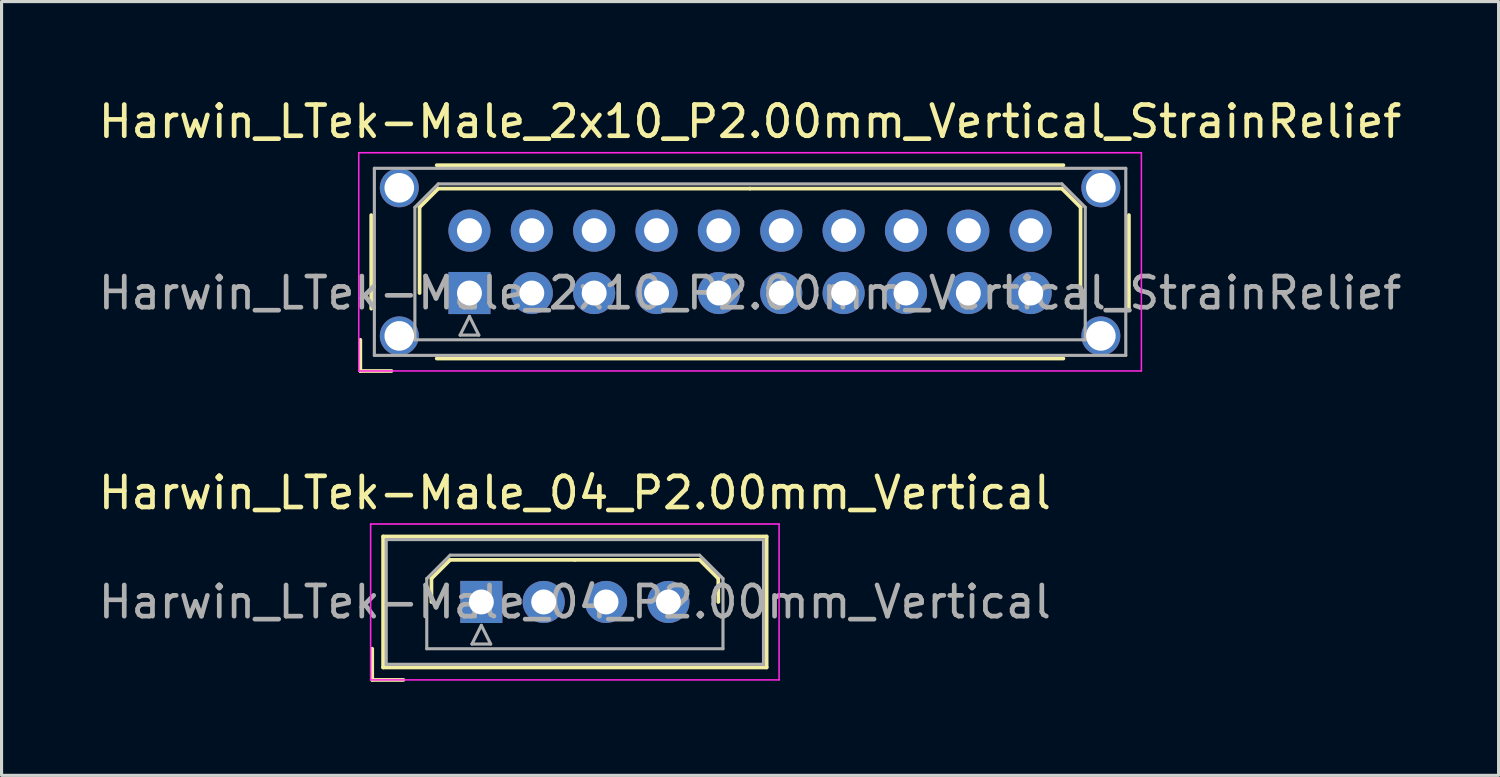
<source format=kicad_pcb>
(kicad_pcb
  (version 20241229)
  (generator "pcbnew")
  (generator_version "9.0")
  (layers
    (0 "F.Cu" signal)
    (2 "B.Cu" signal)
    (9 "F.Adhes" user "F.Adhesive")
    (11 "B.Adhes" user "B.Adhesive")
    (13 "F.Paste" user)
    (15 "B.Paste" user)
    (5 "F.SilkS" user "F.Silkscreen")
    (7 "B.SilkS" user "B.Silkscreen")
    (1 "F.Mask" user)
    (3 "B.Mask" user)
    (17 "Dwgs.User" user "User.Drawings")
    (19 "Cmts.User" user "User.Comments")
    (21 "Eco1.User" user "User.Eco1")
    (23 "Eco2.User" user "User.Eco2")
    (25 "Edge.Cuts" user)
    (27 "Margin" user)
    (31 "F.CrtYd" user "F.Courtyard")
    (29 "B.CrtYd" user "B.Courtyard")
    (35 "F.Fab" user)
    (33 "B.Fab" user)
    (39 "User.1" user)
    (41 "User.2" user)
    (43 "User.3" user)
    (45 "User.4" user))
  (footprint "Harwin_LTek-Male_04_P2.00mm_Vertical"
    (layer "F.Cu")
    (at 12.387 16.256)
    (property "Reference" "Harwin_LTek-Male_04_P2.00mm_Vertical" (at 3 -3.5 0) (layer "F.SilkS") (effects (font (size 1 1) (thickness 0.15))))
    (attr through_hole)
    (fp_line (start -3.5 1.5) (end -3.5 2.5) (stroke (width 0.12) (type solid)) (layer "F.SilkS"))
    (fp_line (start -3.5 2.5) (end -2.5 2.5) (stroke (width 0.12) (type solid)) (layer "F.SilkS"))
    (fp_line (start -3.15 -2.1) (end -3.15 2.1) (stroke (width 0.12) (type solid)) (layer "F.SilkS"))
    (fp_line (start -3.15 2.1) (end 9.15 2.1) (stroke (width 0.12) (type solid)) (layer "F.SilkS"))
    (fp_line (start -1.6 -0.75) (end -1 -1.35) (stroke (width 0.12) (type solid)) (layer "F.SilkS"))
    (fp_line (start -1.6 0) (end -1.6 -0.75) (stroke (width 0.12) (type solid)) (layer "F.SilkS"))
    (fp_line (start -1 -1.35) (end 3 -1.35) (stroke (width 0.12) (type solid)) (layer "F.SilkS"))
    (fp_line (start 7 -1.35) (end 3 -1.35) (stroke (width 0.12) (type solid)) (layer "F.SilkS"))
    (fp_line (start 7.6 -0.75) (end 7 -1.35) (stroke (width 0.12) (type solid)) (layer "F.SilkS"))
    (fp_line (start 7.6 0) (end 7.6 -0.75) (stroke (width 0.12) (type solid)) (layer "F.SilkS"))
    (fp_line (start 9.15 -2.1) (end -3.15 -2.1) (stroke (width 0.12) (type solid)) (layer "F.SilkS"))
    (fp_line (start 9.15 2.1) (end 9.15 -2.1) (stroke (width 0.12) (type solid)) (layer "F.SilkS"))
    (fp_line (start -3.55 -2.5) (end -3.55 2.5) (stroke (width 0.05) (type solid)) (layer "F.CrtYd"))
    (fp_line (start -3.55 2.5) (end 9.55 2.5) (stroke (width 0.05) (type solid)) (layer "F.CrtYd"))
    (fp_line (start 9.55 -2.5) (end -3.55 -2.5) (stroke (width 0.05) (type solid)) (layer "F.CrtYd"))
    (fp_line (start 9.55 2.5) (end 9.55 -2.5) (stroke (width 0.05) (type solid)) (layer "F.CrtYd"))
    (fp_line (start -3.05 -2) (end -3.05 2) (stroke (width 0.1) (type solid)) (layer "F.Fab"))
    (fp_line (start -3.05 2) (end 9.05 2) (stroke (width 0.1) (type solid)) (layer "F.Fab"))
    (fp_line (start -1.75 -0.75) (end -1 -1.5) (stroke (width 0.1) (type solid)) (layer "F.Fab"))
    (fp_line (start -1.75 1.5) (end -1.75 -0.75) (stroke (width 0.1) (type solid)) (layer "F.Fab"))
    (fp_line (start -1 -1.5) (end 7 -1.5) (stroke (width 0.1) (type solid)) (layer "F.Fab"))
    (fp_line (start -0.3 1.35) (end 0.3 1.35) (stroke (width 0.1) (type solid)) (layer "F.Fab"))
    (fp_line (start 0 0.75) (end -0.3 1.35) (stroke (width 0.1) (type solid)) (layer "F.Fab"))
    (fp_line (start 0.3 1.35) (end 0 0.75) (stroke (width 0.1) (type solid)) (layer "F.Fab"))
    (fp_line (start 7 -1.5) (end 7.75 -0.75) (stroke (width 0.1) (type solid)) (layer "F.Fab"))
    (fp_line (start 7.75 -0.75) (end 7.75 1.5) (stroke (width 0.1) (type solid)) (layer "F.Fab"))
    (fp_line (start 7.75 1.5) (end -1.75 1.5) (stroke (width 0.1) (type solid)) (layer "F.Fab"))
    (fp_line (start 9.05 -2) (end -3.05 -2) (stroke (width 0.1) (type solid)) (layer "F.Fab"))
    (fp_line (start 9.05 2) (end 9.05 -2) (stroke (width 0.1) (type solid)) (layer "F.Fab"))
    (fp_text user "${REFERENCE}" (at 3 0 0) (layer "F.Fab") (effects (font (size 1 1) (thickness 0.15))))
    (pad "1" thru_hole rect (at 0 0) (size 1.35 1.35) (drill 0.8) (layers "*.Cu" "*.Mask"))
    (pad "2" thru_hole circle (at 2 0) (size 1.35 1.35) (drill 0.8) (layers "*.Cu" "*.Mask"))
    (pad "3" thru_hole circle (at 4 0) (size 1.35 1.35) (drill 0.8) (layers "*.Cu" "*.Mask"))
    (pad "4" thru_hole circle (at 6 0) (size 1.35 1.35) (drill 0.8) (layers "*.Cu" "*.Mask")))
  (footprint "Harwin_LTek-Male_2x10_P2.00mm_Vertical_StrainRelief"
    (layer "F.Cu")
    (at 12.006 6.348)
    (property "Reference" "Harwin_LTek-Male_2x10_P2.00mm_Vertical_StrainRelief" (at 9 -5.5 0) (layer "F.SilkS") (effects (font (size 1 1) (thickness 0.15))))
    (attr through_hole)
    (fp_line (start -3.5 1.5) (end -3.5 2.5) (stroke (width 0.12) (type solid)) (layer "F.SilkS"))
    (fp_line (start -3.5 2.5) (end -2.5 2.5) (stroke (width 0.12) (type solid)) (layer "F.SilkS"))
    (fp_line (start -3.15 -2.5) (end -3.15 0.5) (stroke (width 0.12) (type solid)) (layer "F.SilkS"))
    (fp_line (start -1.6 -2.75) (end -1 -3.35) (stroke (width 0.12) (type solid)) (layer "F.SilkS"))
    (fp_line (start -1.6 0) (end -1.6 -2.75) (stroke (width 0.12) (type solid)) (layer "F.SilkS"))
    (fp_line (start -1.05 -4.1) (end 19.05 -4.1) (stroke (width 0.12) (type solid)) (layer "F.SilkS"))
    (fp_line (start -1.05 2.1) (end 19.05 2.1) (stroke (width 0.12) (type solid)) (layer "F.SilkS"))
    (fp_line (start -1 -3.35) (end 9 -3.35) (stroke (width 0.12) (type solid)) (layer "F.SilkS"))
    (fp_line (start 19 -3.35) (end 9 -3.35) (stroke (width 0.12) (type solid)) (layer "F.SilkS"))
    (fp_line (start 19.6 -2.75) (end 19 -3.35) (stroke (width 0.12) (type solid)) (layer "F.SilkS"))
    (fp_line (start 19.6 0) (end 19.6 -2.75) (stroke (width 0.12) (type solid)) (layer "F.SilkS"))
    (fp_line (start 21.15 -2.5) (end 21.15 0.5) (stroke (width 0.12) (type solid)) (layer "F.SilkS"))
    (fp_line (start -3.55 -4.5) (end -3.55 2.5) (stroke (width 0.05) (type solid)) (layer "F.CrtYd"))
    (fp_line (start -3.55 2.5) (end 21.55 2.5) (stroke (width 0.05) (type solid)) (layer "F.CrtYd"))
    (fp_line (start 21.55 -4.5) (end -3.55 -4.5) (stroke (width 0.05) (type solid)) (layer "F.CrtYd"))
    (fp_line (start 21.55 2.5) (end 21.55 -4.5) (stroke (width 0.05) (type solid)) (layer "F.CrtYd"))
    (fp_line (start -3.05 -4) (end -3.05 2) (stroke (width 0.1) (type solid)) (layer "F.Fab"))
    (fp_line (start -3.05 2) (end 21.05 2) (stroke (width 0.1) (type solid)) (layer "F.Fab"))
    (fp_line (start -1.75 -2.75) (end -1 -3.5) (stroke (width 0.1) (type solid)) (layer "F.Fab"))
    (fp_line (start -1.75 1.5) (end -1.75 -2.75) (stroke (width 0.1) (type solid)) (layer "F.Fab"))
    (fp_line (start -1 -3.5) (end 19 -3.5) (stroke (width 0.1) (type solid)) (layer "F.Fab"))
    (fp_line (start -0.3 1.35) (end 0.3 1.35) (stroke (width 0.1) (type solid)) (layer "F.Fab"))
    (fp_line (start 0 0.75) (end -0.3 1.35) (stroke (width 0.1) (type solid)) (layer "F.Fab"))
    (fp_line (start 0.3 1.35) (end 0 0.75) (stroke (width 0.1) (type solid)) (layer "F.Fab"))
    (fp_line (start 19 -3.5) (end 19.75 -2.75) (stroke (width 0.1) (type solid)) (layer "F.Fab"))
    (fp_line (start 19.75 -2.75) (end 19.75 1.5) (stroke (width 0.1) (type solid)) (layer "F.Fab"))
    (fp_line (start 19.75 1.5) (end -1.75 1.5) (stroke (width 0.1) (type solid)) (layer "F.Fab"))
    (fp_line (start 21.05 -4) (end -3.05 -4) (stroke (width 0.1) (type solid)) (layer "F.Fab"))
    (fp_line (start 21.05 2) (end 21.05 -4) (stroke (width 0.1) (type solid)) (layer "F.Fab"))
    (fp_text user "${REFERENCE}" (at 9 0 0) (layer "F.Fab") (effects (font (size 1 1) (thickness 0.15))))
    (pad "" thru_hole circle (at -2.25 -3.375) (size 1.25 1.25) (drill 0.95) (layers "*.Cu" "*.Mask"))
    (pad "" thru_hole circle (at -2.25 1.375) (size 1.25 1.25) (drill 0.95) (layers "*.Cu" "*.Mask"))
    (pad "" thru_hole circle (at 20.25 -3.375) (size 1.25 1.25) (drill 0.95) (layers "*.Cu" "*.Mask"))
    (pad "" thru_hole circle (at 20.25 1.375) (size 1.25 1.25) (drill 0.95) (layers "*.Cu" "*.Mask"))
    (pad "1" thru_hole rect (at 0 0) (size 1.35 1.35) (drill 0.8) (layers "*.Cu" "*.Mask"))
    (pad "2" thru_hole circle (at 0 -2) (size 1.35 1.35) (drill 0.8) (layers "*.Cu" "*.Mask"))
    (pad "3" thru_hole circle (at 2 0) (size 1.35 1.35) (drill 0.8) (layers "*.Cu" "*.Mask"))
    (pad "4" thru_hole circle (at 2 -2) (size 1.35 1.35) (drill 0.8) (layers "*.Cu" "*.Mask"))
    (pad "5" thru_hole circle (at 4 0) (size 1.35 1.35) (drill 0.8) (layers "*.Cu" "*.Mask"))
    (pad "6" thru_hole circle (at 4 -2) (size 1.35 1.35) (drill 0.8) (layers "*.Cu" "*.Mask"))
    (pad "7" thru_hole circle (at 6 0) (size 1.35 1.35) (drill 0.8) (layers "*.Cu" "*.Mask"))
    (pad "8" thru_hole circle (at 6 -2) (size 1.35 1.35) (drill 0.8) (layers "*.Cu" "*.Mask"))
    (pad "9" thru_hole circle (at 8 0) (size 1.35 1.35) (drill 0.8) (layers "*.Cu" "*.Mask"))
    (pad "10" thru_hole circle (at 8 -2) (size 1.35 1.35) (drill 0.8) (layers "*.Cu" "*.Mask"))
    (pad "11" thru_hole circle (at 10 0) (size 1.35 1.35) (drill 0.8) (layers "*.Cu" "*.Mask"))
    (pad "12" thru_hole circle (at 10 -2) (size 1.35 1.35) (drill 0.8) (layers "*.Cu" "*.Mask"))
    (pad "13" thru_hole circle (at 12 0) (size 1.35 1.35) (drill 0.8) (layers "*.Cu" "*.Mask"))
    (pad "14" thru_hole circle (at 12 -2) (size 1.35 1.35) (drill 0.8) (layers "*.Cu" "*.Mask"))
    (pad "15" thru_hole circle (at 14 0) (size 1.35 1.35) (drill 0.8) (layers "*.Cu" "*.Mask"))
    (pad "16" thru_hole circle (at 14 -2) (size 1.35 1.35) (drill 0.8) (layers "*.Cu" "*.Mask"))
    (pad "17" thru_hole circle (at 16 0) (size 1.35 1.35) (drill 0.8) (layers "*.Cu" "*.Mask"))
    (pad "18" thru_hole circle (at 16 -2) (size 1.35 1.35) (drill 0.8) (layers "*.Cu" "*.Mask"))
    (pad "19" thru_hole circle (at 18 0) (size 1.35 1.35) (drill 0.8) (layers "*.Cu" "*.Mask"))
    (pad "20" thru_hole circle (at 18 -2) (size 1.35 1.35) (drill 0.8) (layers "*.Cu" "*.Mask")))
  (gr_rect
    (start -3 -3)
    (end 45.012 21.817)
    (stroke (width 0.1) (type default))
    (fill no)
    (layer "Edge.Cuts")))
</source>
